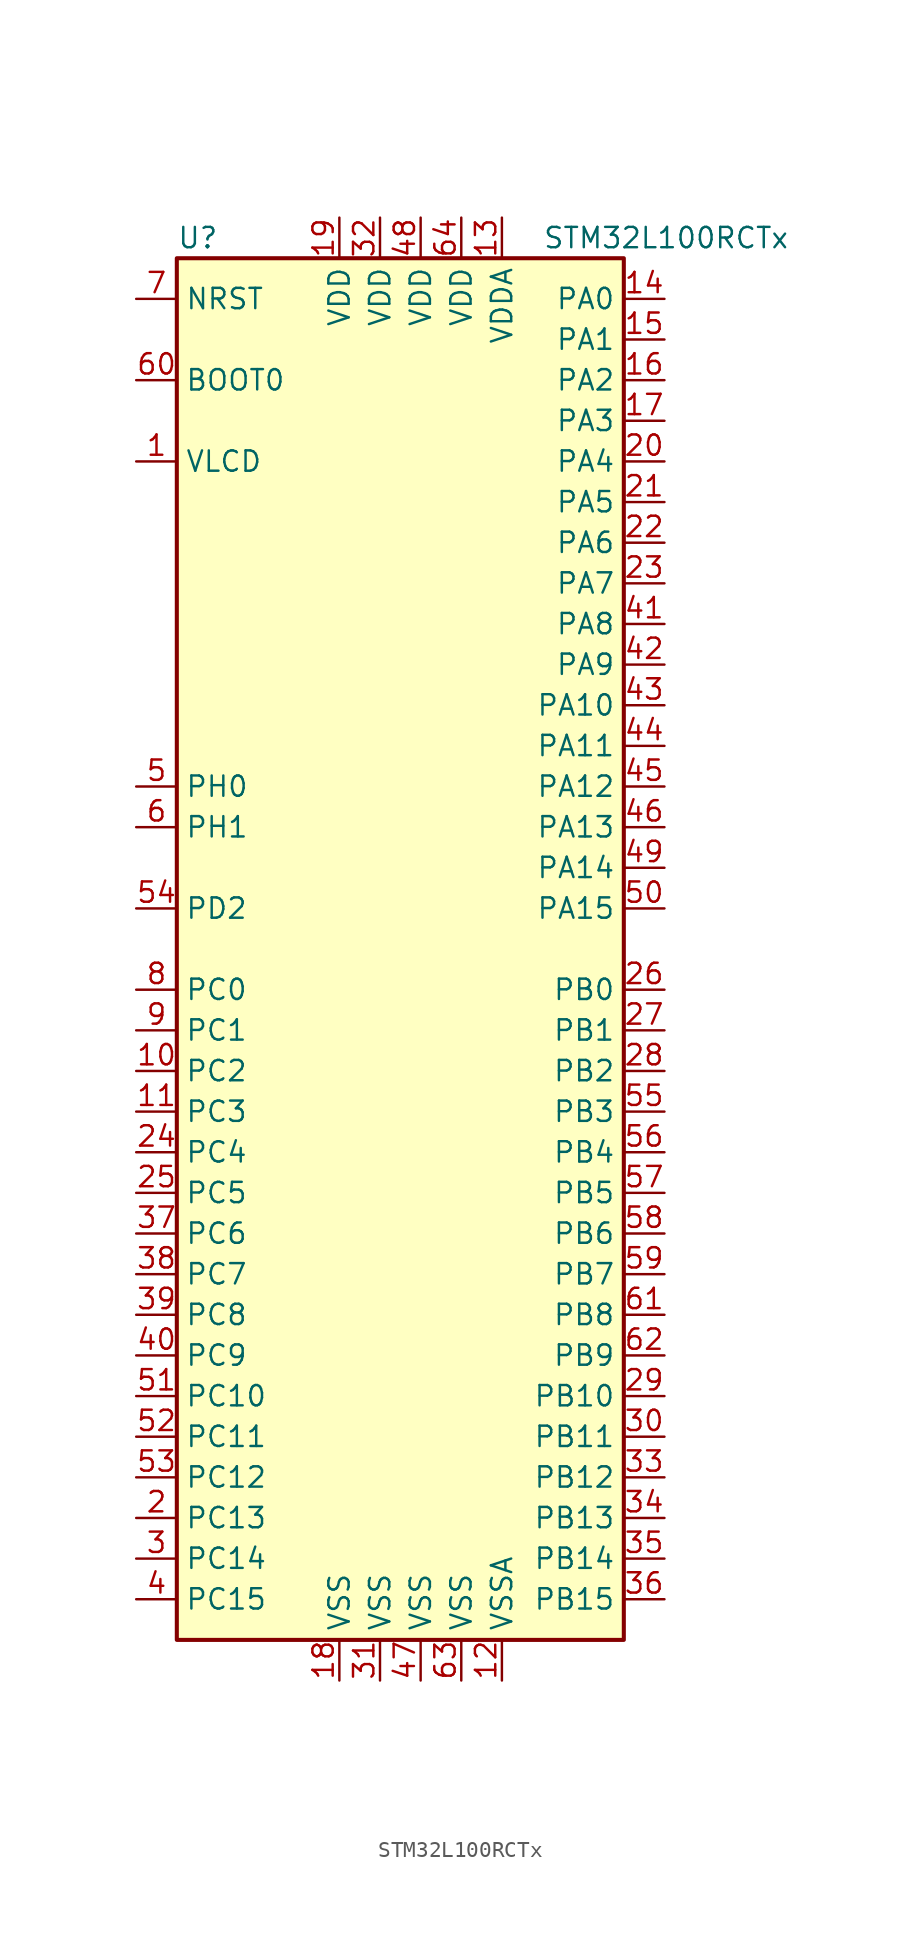
<source format=kicad_sym>
(kicad_symbol_lib
  (version 20201005)
  (generator kicad_symbol_editor)
  (symbol "STM32L100RCTx"
    (property "Reference" "U"
      (at -15.24 44.45 0)
      (effects (font (size 1.27 1.27)) (justify left)))
    (property "Value" "STM32L100RCTx"
      (at 7.62 44.45 0)
      (effects (font (size 1.27 1.27)) (justify left)))
    (symbol "STM32L100RCTx_0_1"
      (rectangle (start -15.24 -43.18) (end 12.7 43.18) (stroke (width 0.254)) (fill (type background))))
    (symbol "STM32L100RCTx_1_1"
      (pin input line (at -17.78 35.56 0) (length 2.54) (name "BOOT0" (effects (font (size 1.27 1.27)))) (number "60" (effects (font (size 1.27 1.27)))))
      (pin input line (at -17.78 40.64 0) (length 2.54) (name "NRST" (effects (font (size 1.27 1.27)))) (number "7" (effects (font (size 1.27 1.27)))))
      (pin bidirectional line (at 15.24 40.64 180) (length 2.54) (name "PA0" (effects (font (size 1.27 1.27)))) (number "14" (effects (font (size 1.27 1.27)))))
      (pin bidirectional line (at 15.24 38.1 180) (length 2.54) (name "PA1" (effects (font (size 1.27 1.27)))) (number "15" (effects (font (size 1.27 1.27)))))
      (pin bidirectional line (at 15.24 15.24 180) (length 2.54) (name "PA10" (effects (font (size 1.27 1.27)))) (number "43" (effects (font (size 1.27 1.27)))))
      (pin bidirectional line (at 15.24 12.7 180) (length 2.54) (name "PA11" (effects (font (size 1.27 1.27)))) (number "44" (effects (font (size 1.27 1.27)))))
      (pin bidirectional line (at 15.24 10.16 180) (length 2.54) (name "PA12" (effects (font (size 1.27 1.27)))) (number "45" (effects (font (size 1.27 1.27)))))
      (pin bidirectional line (at 15.24 7.62 180) (length 2.54) (name "PA13" (effects (font (size 1.27 1.27)))) (number "46" (effects (font (size 1.27 1.27)))))
      (pin bidirectional line (at 15.24 5.08 180) (length 2.54) (name "PA14" (effects (font (size 1.27 1.27)))) (number "49" (effects (font (size 1.27 1.27)))))
      (pin bidirectional line (at 15.24 2.54 180) (length 2.54) (name "PA15" (effects (font (size 1.27 1.27)))) (number "50" (effects (font (size 1.27 1.27)))))
      (pin bidirectional line (at 15.24 35.56 180) (length 2.54) (name "PA2" (effects (font (size 1.27 1.27)))) (number "16" (effects (font (size 1.27 1.27)))))
      (pin bidirectional line (at 15.24 33.02 180) (length 2.54) (name "PA3" (effects (font (size 1.27 1.27)))) (number "17" (effects (font (size 1.27 1.27)))))
      (pin bidirectional line (at 15.24 30.48 180) (length 2.54) (name "PA4" (effects (font (size 1.27 1.27)))) (number "20" (effects (font (size 1.27 1.27)))))
      (pin bidirectional line (at 15.24 27.94 180) (length 2.54) (name "PA5" (effects (font (size 1.27 1.27)))) (number "21" (effects (font (size 1.27 1.27)))))
      (pin bidirectional line (at 15.24 25.4 180) (length 2.54) (name "PA6" (effects (font (size 1.27 1.27)))) (number "22" (effects (font (size 1.27 1.27)))))
      (pin bidirectional line (at 15.24 22.86 180) (length 2.54) (name "PA7" (effects (font (size 1.27 1.27)))) (number "23" (effects (font (size 1.27 1.27)))))
      (pin bidirectional line (at 15.24 20.32 180) (length 2.54) (name "PA8" (effects (font (size 1.27 1.27)))) (number "41" (effects (font (size 1.27 1.27)))))
      (pin bidirectional line (at 15.24 17.78 180) (length 2.54) (name "PA9" (effects (font (size 1.27 1.27)))) (number "42" (effects (font (size 1.27 1.27)))))
      (pin bidirectional line (at 15.24 -2.54 180) (length 2.54) (name "PB0" (effects (font (size 1.27 1.27)))) (number "26" (effects (font (size 1.27 1.27)))))
      (pin bidirectional line (at 15.24 -5.08 180) (length 2.54) (name "PB1" (effects (font (size 1.27 1.27)))) (number "27" (effects (font (size 1.27 1.27)))))
      (pin bidirectional line (at 15.24 -27.94 180) (length 2.54) (name "PB10" (effects (font (size 1.27 1.27)))) (number "29" (effects (font (size 1.27 1.27)))))
      (pin bidirectional line (at 15.24 -30.48 180) (length 2.54) (name "PB11" (effects (font (size 1.27 1.27)))) (number "30" (effects (font (size 1.27 1.27)))))
      (pin bidirectional line (at 15.24 -33.02 180) (length 2.54) (name "PB12" (effects (font (size 1.27 1.27)))) (number "33" (effects (font (size 1.27 1.27)))))
      (pin bidirectional line (at 15.24 -35.56 180) (length 2.54) (name "PB13" (effects (font (size 1.27 1.27)))) (number "34" (effects (font (size 1.27 1.27)))))
      (pin bidirectional line (at 15.24 -38.1 180) (length 2.54) (name "PB14" (effects (font (size 1.27 1.27)))) (number "35" (effects (font (size 1.27 1.27)))))
      (pin bidirectional line (at 15.24 -40.64 180) (length 2.54) (name "PB15" (effects (font (size 1.27 1.27)))) (number "36" (effects (font (size 1.27 1.27)))))
      (pin bidirectional line (at 15.24 -7.62 180) (length 2.54) (name "PB2" (effects (font (size 1.27 1.27)))) (number "28" (effects (font (size 1.27 1.27)))))
      (pin bidirectional line (at 15.24 -10.16 180) (length 2.54) (name "PB3" (effects (font (size 1.27 1.27)))) (number "55" (effects (font (size 1.27 1.27)))))
      (pin bidirectional line (at 15.24 -12.7 180) (length 2.54) (name "PB4" (effects (font (size 1.27 1.27)))) (number "56" (effects (font (size 1.27 1.27)))))
      (pin bidirectional line (at 15.24 -15.24 180) (length 2.54) (name "PB5" (effects (font (size 1.27 1.27)))) (number "57" (effects (font (size 1.27 1.27)))))
      (pin bidirectional line (at 15.24 -17.78 180) (length 2.54) (name "PB6" (effects (font (size 1.27 1.27)))) (number "58" (effects (font (size 1.27 1.27)))))
      (pin bidirectional line (at 15.24 -20.32 180) (length 2.54) (name "PB7" (effects (font (size 1.27 1.27)))) (number "59" (effects (font (size 1.27 1.27)))))
      (pin bidirectional line (at 15.24 -22.86 180) (length 2.54) (name "PB8" (effects (font (size 1.27 1.27)))) (number "61" (effects (font (size 1.27 1.27)))))
      (pin bidirectional line (at 15.24 -25.4 180) (length 2.54) (name "PB9" (effects (font (size 1.27 1.27)))) (number "62" (effects (font (size 1.27 1.27)))))
      (pin bidirectional line (at -17.78 -2.54 0) (length 2.54) (name "PC0" (effects (font (size 1.27 1.27)))) (number "8" (effects (font (size 1.27 1.27)))))
      (pin bidirectional line (at -17.78 -5.08 0) (length 2.54) (name "PC1" (effects (font (size 1.27 1.27)))) (number "9" (effects (font (size 1.27 1.27)))))
      (pin bidirectional line (at -17.78 -27.94 0) (length 2.54) (name "PC10" (effects (font (size 1.27 1.27)))) (number "51" (effects (font (size 1.27 1.27)))))
      (pin bidirectional line (at -17.78 -30.48 0) (length 2.54) (name "PC11" (effects (font (size 1.27 1.27)))) (number "52" (effects (font (size 1.27 1.27)))))
      (pin bidirectional line (at -17.78 -33.02 0) (length 2.54) (name "PC12" (effects (font (size 1.27 1.27)))) (number "53" (effects (font (size 1.27 1.27)))))
      (pin bidirectional line (at -17.78 -35.56 0) (length 2.54) (name "PC13" (effects (font (size 1.27 1.27)))) (number "2" (effects (font (size 1.27 1.27)))))
      (pin bidirectional line (at -17.78 -38.1 0) (length 2.54) (name "PC14" (effects (font (size 1.27 1.27)))) (number "3" (effects (font (size 1.27 1.27)))))
      (pin bidirectional line (at -17.78 -40.64 0) (length 2.54) (name "PC15" (effects (font (size 1.27 1.27)))) (number "4" (effects (font (size 1.27 1.27)))))
      (pin bidirectional line (at -17.78 -7.62 0) (length 2.54) (name "PC2" (effects (font (size 1.27 1.27)))) (number "10" (effects (font (size 1.27 1.27)))))
      (pin bidirectional line (at -17.78 -10.16 0) (length 2.54) (name "PC3" (effects (font (size 1.27 1.27)))) (number "11" (effects (font (size 1.27 1.27)))))
      (pin bidirectional line (at -17.78 -12.7 0) (length 2.54) (name "PC4" (effects (font (size 1.27 1.27)))) (number "24" (effects (font (size 1.27 1.27)))))
      (pin bidirectional line (at -17.78 -15.24 0) (length 2.54) (name "PC5" (effects (font (size 1.27 1.27)))) (number "25" (effects (font (size 1.27 1.27)))))
      (pin bidirectional line (at -17.78 -17.78 0) (length 2.54) (name "PC6" (effects (font (size 1.27 1.27)))) (number "37" (effects (font (size 1.27 1.27)))))
      (pin bidirectional line (at -17.78 -20.32 0) (length 2.54) (name "PC7" (effects (font (size 1.27 1.27)))) (number "38" (effects (font (size 1.27 1.27)))))
      (pin bidirectional line (at -17.78 -22.86 0) (length 2.54) (name "PC8" (effects (font (size 1.27 1.27)))) (number "39" (effects (font (size 1.27 1.27)))))
      (pin bidirectional line (at -17.78 -25.4 0) (length 2.54) (name "PC9" (effects (font (size 1.27 1.27)))) (number "40" (effects (font (size 1.27 1.27)))))
      (pin bidirectional line (at -17.78 2.54 0) (length 2.54) (name "PD2" (effects (font (size 1.27 1.27)))) (number "54" (effects (font (size 1.27 1.27)))))
      (pin input line (at -17.78 10.16 0) (length 2.54) (name "PH0" (effects (font (size 1.27 1.27)))) (number "5" (effects (font (size 1.27 1.27)))))
      (pin input line (at -17.78 7.62 0) (length 2.54) (name "PH1" (effects (font (size 1.27 1.27)))) (number "6" (effects (font (size 1.27 1.27)))))
      (pin power_in line (at -5.08 45.72 270) (length 2.54) (name "VDD" (effects (font (size 1.27 1.27)))) (number "19" (effects (font (size 1.27 1.27)))))
      (pin power_in line (at -2.54 45.72 270) (length 2.54) (name "VDD" (effects (font (size 1.27 1.27)))) (number "32" (effects (font (size 1.27 1.27)))))
      (pin power_in line (at 0 45.72 270) (length 2.54) (name "VDD" (effects (font (size 1.27 1.27)))) (number "48" (effects (font (size 1.27 1.27)))))
      (pin power_in line (at 2.54 45.72 270) (length 2.54) (name "VDD" (effects (font (size 1.27 1.27)))) (number "64" (effects (font (size 1.27 1.27)))))
      (pin power_in line (at 5.08 45.72 270) (length 2.54) (name "VDDA" (effects (font (size 1.27 1.27)))) (number "13" (effects (font (size 1.27 1.27)))))
      (pin power_in line (at -17.78 30.48 0) (length 2.54) (name "VLCD" (effects (font (size 1.27 1.27)))) (number "1" (effects (font (size 1.27 1.27)))))
      (pin power_in line (at -5.08 -45.72 90) (length 2.54) (name "VSS" (effects (font (size 1.27 1.27)))) (number "18" (effects (font (size 1.27 1.27)))))
      (pin power_in line (at -2.54 -45.72 90) (length 2.54) (name "VSS" (effects (font (size 1.27 1.27)))) (number "31" (effects (font (size 1.27 1.27)))))
      (pin power_in line (at 0 -45.72 90) (length 2.54) (name "VSS" (effects (font (size 1.27 1.27)))) (number "47" (effects (font (size 1.27 1.27)))))
      (pin power_in line (at 2.54 -45.72 90) (length 2.54) (name "VSS" (effects (font (size 1.27 1.27)))) (number "63" (effects (font (size 1.27 1.27)))))
      (pin power_in line (at 5.08 -45.72 90) (length 2.54) (name "VSSA" (effects (font (size 1.27 1.27)))) (number "12" (effects (font (size 1.27 1.27))))))))
</source>
